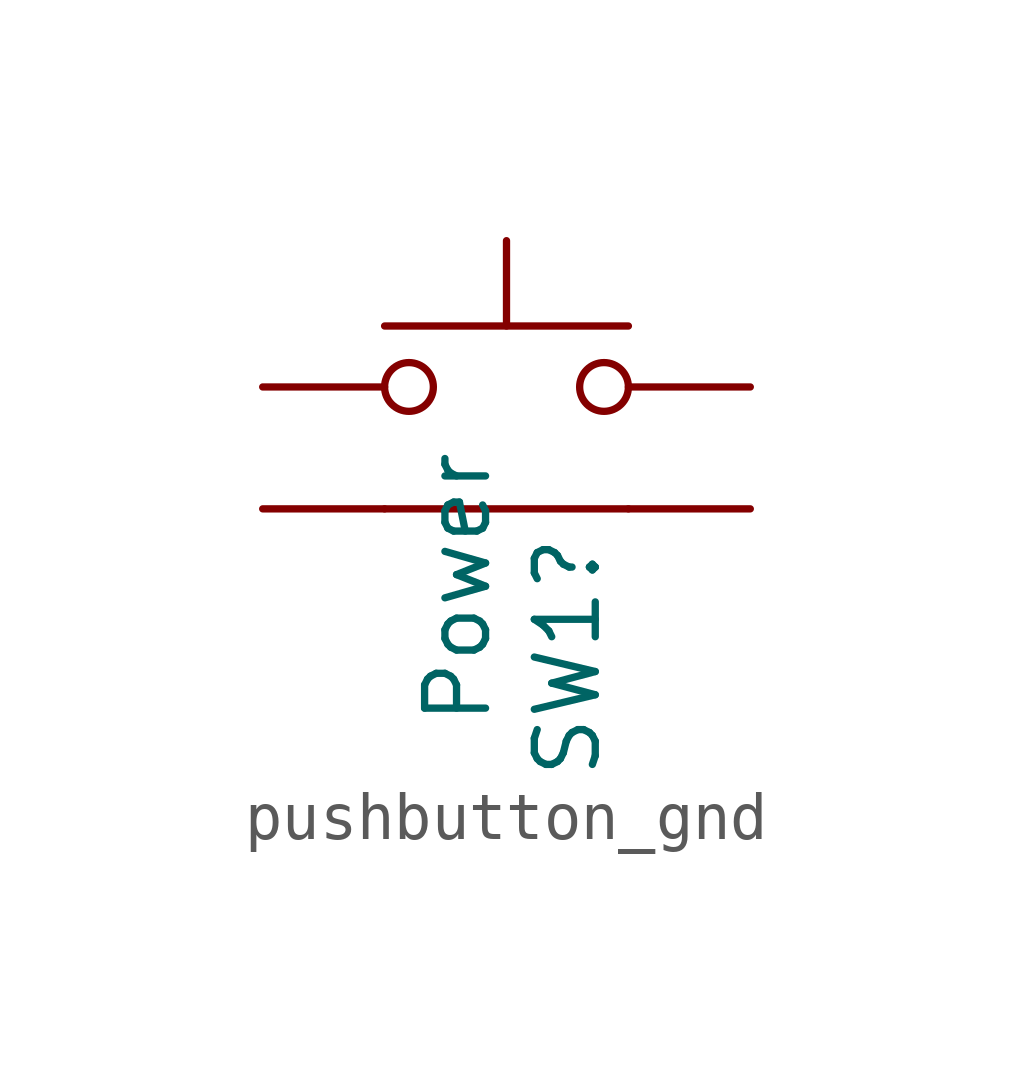
<source format=kicad_sym>
(kicad_symbol_lib
  (version 20231120)
  (generator "kicad_symbol_editor")
  (generator_version "8.0")
  (symbol "pushbutton_gnd"
    (pin_numbers hide)
    (pin_names
      (offset 1.016) hide)
    (property "Reference" "SW1"
      (at 1.27 -3.048 90)
      (effects (font (size 1.27 1.27)) (justify right)))
    (property "Value" "Power"
      (at -1.016 -1.27 90)
      (effects (font (size 1.27 1.27)) (justify right)))
    (symbol "pushbutton_gnd_0_1"
      (circle (center -2.032 0) (radius 0.508) (stroke (width 0) (type default)) (fill (type none)))
      (polyline (pts (xy 0 1.27) (xy 0 3.048)) (stroke (width 0) (type default)) (fill (type none)))
      (polyline (pts (xy 2.54 -2.54) (xy -2.54 -2.54)) (stroke (width 0) (type default)) (fill (type none)))
      (polyline (pts (xy 2.54 1.27) (xy -2.54 1.27)) (stroke (width 0) (type default)) (fill (type none)))
      (circle (center 2.032 0) (radius 0.508) (stroke (width 0) (type default)) (fill (type none)))
      (pin passive line (at -5.08 0 0) (length 2.54) (name "1" (effects (font (size 1.27 1.27)))) (number "1" (effects (font (size 1.27 1.27)))))
      (pin passive line (at 5.08 0 180) (length 2.54) (name "2" (effects (font (size 1.27 1.27)))) (number "2" (effects (font (size 1.27 1.27))))))
    (symbol "pushbutton_gnd_1_1"
      (pin passive line (at 5.08 -2.54 180) (length 2.54) (name "3" (effects (font (size 1.27 1.27)))) (number "3" (effects (font (size 1.27 1.27)))))
      (pin passive line (at -5.08 -2.54 0) (length 2.54) (name "4" (effects (font (size 1.27 1.27)))) (number "4" (effects (font (size 1.27 1.27))))))))
</source>
